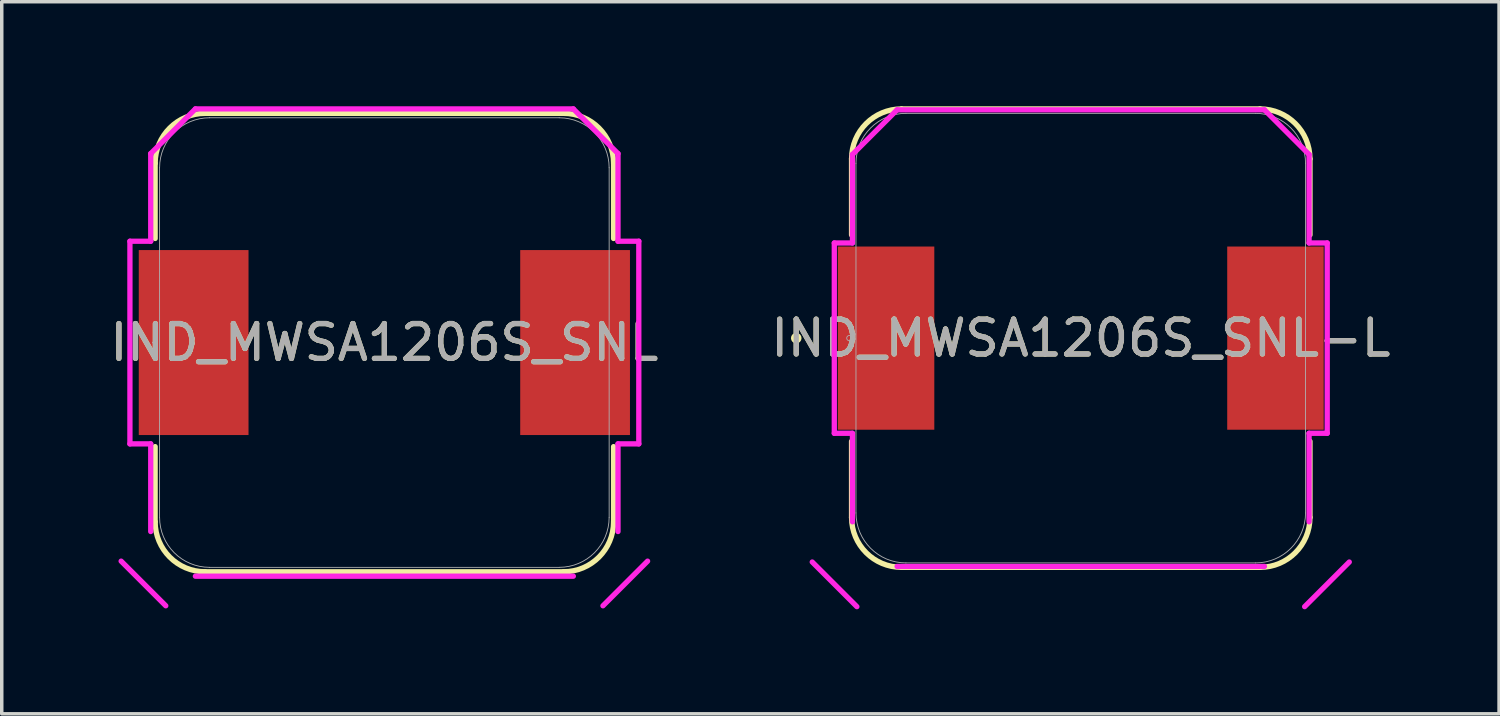
<source format=kicad_pcb>
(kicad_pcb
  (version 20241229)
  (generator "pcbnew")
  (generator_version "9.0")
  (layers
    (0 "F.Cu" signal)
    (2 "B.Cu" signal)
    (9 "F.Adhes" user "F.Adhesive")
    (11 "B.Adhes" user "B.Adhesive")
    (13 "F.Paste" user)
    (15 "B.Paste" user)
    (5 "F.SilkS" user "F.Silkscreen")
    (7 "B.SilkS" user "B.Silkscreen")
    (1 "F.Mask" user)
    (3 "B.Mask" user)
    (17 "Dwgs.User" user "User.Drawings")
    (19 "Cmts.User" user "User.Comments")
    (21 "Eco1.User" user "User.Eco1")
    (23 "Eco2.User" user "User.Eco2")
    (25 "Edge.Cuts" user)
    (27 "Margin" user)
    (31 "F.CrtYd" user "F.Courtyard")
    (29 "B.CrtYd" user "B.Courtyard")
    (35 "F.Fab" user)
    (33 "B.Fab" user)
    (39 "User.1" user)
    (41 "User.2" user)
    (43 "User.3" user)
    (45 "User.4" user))
  (footprint "IND_MWSA1206S_SNL-L"
    (layer "F.Cu")
    (at 27.97 6.655)
    (property "Reference" "IND_MWSA1206S_SNL-L" (at 0 0 0) (unlocked yes) (layer "F.SilkS") (effects (font (size 1 1) (thickness 0.15))))
    (attr smd)
    (fp_line (start -6.579 -2.962) (end -6.579 -5.145) (stroke (width 0.152) (type solid)) (layer "F.SilkS"))
    (fp_line (start -6.579 5.145) (end -6.579 2.962) (stroke (width 0.152) (type solid)) (layer "F.SilkS"))
    (fp_line (start -5.145 -6.579) (end 5.145 -6.579) (stroke (width 0.152) (type solid)) (layer "F.SilkS"))
    (fp_line (start -5.145 6.579) (end 5.145 6.579) (stroke (width 0.152) (type solid)) (layer "F.SilkS"))
    (fp_line (start 6.579 -5.145) (end 6.579 -2.962) (stroke (width 0.152) (type solid)) (layer "F.SilkS"))
    (fp_line (start 6.579 2.962) (end 6.579 5.145) (stroke (width 0.152) (type solid)) (layer "F.SilkS"))
    (fp_arc (start -6.5786 -5.144911) (mid -6.158682 -6.158682) (end -5.144911 -6.5786) (stroke (width 0.1524) (type solid)) (layer "F.SilkS"))
    (fp_arc (start -5.144911 6.5786) (mid -6.158682 6.158682) (end -6.5786 5.144911) (stroke (width 0.1524) (type solid)) (layer "F.SilkS"))
    (fp_arc (start 5.144911 -6.5786) (mid 6.158682 -6.158682) (end 6.5786 -5.144911) (stroke (width 0.1524) (type solid)) (layer "F.SilkS"))
    (fp_arc (start 6.5786 5.144911) (mid 6.158682 6.158682) (end 5.144911 6.5786) (stroke (width 0.1524) (type solid)) (layer "F.SilkS"))
    (fp_circle (center -8.166 0) (end -8.09 0) (stroke (width 0.152) (type solid)) (fill no) (layer "F.SilkS"))
    (fp_line (start -7.707 6.426) (end -6.426 7.707) (stroke (width 0.152) (type solid)) (layer "F.CrtYd"))
    (fp_line (start -7.074 -2.731) (end -6.553 -2.731) (stroke (width 0.152) (type solid)) (layer "F.CrtYd"))
    (fp_line (start -7.074 2.731) (end -7.074 -2.731) (stroke (width 0.152) (type solid)) (layer "F.CrtYd"))
    (fp_line (start -6.553 -5.272) (end -5.272 -6.553) (stroke (width 0.152) (type solid)) (layer "F.CrtYd"))
    (fp_line (start -6.553 -2.731) (end -6.553 -5.272) (stroke (width 0.152) (type solid)) (layer "F.CrtYd"))
    (fp_line (start -6.553 2.731) (end -7.074 2.731) (stroke (width 0.152) (type solid)) (layer "F.CrtYd"))
    (fp_line (start -6.553 5.272) (end -6.553 2.731) (stroke (width 0.152) (type solid)) (layer "F.CrtYd"))
    (fp_line (start -5.272 -6.553) (end 5.272 -6.553) (stroke (width 0.152) (type solid)) (layer "F.CrtYd"))
    (fp_line (start -5.272 6.553) (end 5.272 6.553) (stroke (width 0.152) (type solid)) (layer "F.CrtYd"))
    (fp_line (start 5.272 -6.553) (end 6.553 -5.272) (stroke (width 0.152) (type solid)) (layer "F.CrtYd"))
    (fp_line (start 6.426 7.707) (end 7.707 6.426) (stroke (width 0.152) (type solid)) (layer "F.CrtYd"))
    (fp_line (start 6.553 -5.272) (end 6.553 -2.731) (stroke (width 0.152) (type solid)) (layer "F.CrtYd"))
    (fp_line (start 6.553 -2.731) (end 7.074 -2.731) (stroke (width 0.152) (type solid)) (layer "F.CrtYd"))
    (fp_line (start 6.553 5.272) (end 6.553 2.731) (stroke (width 0.152) (type solid)) (layer "F.CrtYd"))
    (fp_line (start 7.074 -2.731) (end 7.074 2.731) (stroke (width 0.152) (type solid)) (layer "F.CrtYd"))
    (fp_line (start 7.074 2.731) (end 6.553 2.731) (stroke (width 0.152) (type solid)) (layer "F.CrtYd"))
    (fp_line (start -6.452 5.018) (end -6.452 -5.018) (stroke (width 0.025) (type solid)) (layer "F.Fab"))
    (fp_line (start -5.018 -6.452) (end 5.018 -6.452) (stroke (width 0.025) (type solid)) (layer "F.Fab"))
    (fp_line (start -5.018 6.452) (end 5.018 6.452) (stroke (width 0.025) (type solid)) (layer "F.Fab"))
    (fp_line (start 6.452 -5.018) (end 6.452 5.018) (stroke (width 0.025) (type solid)) (layer "F.Fab"))
    (fp_arc (start -6.4516 -5.017911) (mid -6.031682 -6.031682) (end -5.017911 -6.4516) (stroke (width 0.0254) (type solid)) (layer "F.Fab"))
    (fp_arc (start -5.017911 6.4516) (mid -6.031682 6.031682) (end -6.4516 5.017911) (stroke (width 0.0254) (type solid)) (layer "F.Fab"))
    (fp_arc (start 5.017911 -6.4516) (mid 6.031682 -6.031682) (end 6.4516 -5.017911) (stroke (width 0.0254) (type solid)) (layer "F.Fab"))
    (fp_arc (start 6.4516 5.017911) (mid 6.031682 6.031682) (end 5.017911 6.4516) (stroke (width 0.0254) (type solid)) (layer "F.Fab"))
    (fp_circle (center -6.642 0) (end -6.566 0) (stroke (width 0.025) (type solid)) (fill no) (layer "F.Fab"))
    (fp_text user "${REFERENCE}" (at 0 0 0) (unlocked yes) (layer "F.Fab") (effects (font (size 1 1) (thickness 0.15))))
    (pad "1" smd rect (at -5.588 0 90) (size 5.258 2.769) (layers "F.Cu" "F.Mask" "F.Paste"))
    (pad "2" smd rect (at 5.588 0 90) (size 5.258 2.769) (layers "F.Cu" "F.Mask" "F.Paste"))
    (zone (net_name "") (layer "F.Cu") (hatch full 0.508) (connect_pads) (min_thickness 0.254) (filled_areas_thickness no) (keepout (tracks not_allowed) (vias not_allowed) (pads allowed) (copperpour not_allowed) (footprints allowed)) (placement (enabled no)) (fill) (polygon (pts (xy 23.817 3.95) (xy 32.123 3.95) (xy 32.123 9.36) (xy 23.817 9.36))))
    (zone (net_name "") (layer "F.Cu") (hatch full 0.508) (connect_pads) (min_thickness 0.254) (filled_areas_thickness no) (keepout (tracks not_allowed) (vias not_allowed) (pads allowed) (copperpour not_allowed) (footprints allowed)) (placement (enabled no)) (fill) (polygon (pts (xy 21.252 9.36) (xy 34.689 9.36) (xy 34.689 12.548) (xy 34.308 13.056) (xy 21.633 13.056) (xy 21.252 12.548))))
    (zone (net_name "") (layer "F.Cu") (hatch full 0.508) (connect_pads) (min_thickness 0.254) (filled_areas_thickness no) (keepout (tracks not_allowed) (vias not_allowed) (pads allowed) (copperpour not_allowed) (footprints allowed)) (placement (enabled no)) (fill) (polygon (pts (xy 21.633 0.254) (xy 34.308 0.254) (xy 34.689 0.762) (xy 34.689 3.95) (xy 21.252 3.95) (xy 21.252 0.762)))))
  (footprint "IND_MWSA1206S_SNL"
    (layer "F.Cu")
    (at 7.982 6.782)
    (property "Reference" "IND_MWSA1206S_SNL" (at 0 0 0) (unlocked yes) (layer "F.SilkS") (effects (font (size 1 1) (thickness 0.15))))
    (attr smd)
    (fp_line (start -6.579 -2.987) (end -6.579 -5.145) (stroke (width 0.152) (type solid)) (layer "F.SilkS"))
    (fp_line (start -6.579 5.145) (end -6.579 2.987) (stroke (width 0.152) (type solid)) (layer "F.SilkS"))
    (fp_line (start -5.145 -6.579) (end 5.145 -6.579) (stroke (width 0.152) (type solid)) (layer "F.SilkS"))
    (fp_line (start -5.145 6.579) (end 5.145 6.579) (stroke (width 0.152) (type solid)) (layer "F.SilkS"))
    (fp_line (start 6.579 -5.145) (end 6.579 -2.987) (stroke (width 0.152) (type solid)) (layer "F.SilkS"))
    (fp_line (start 6.579 2.987) (end 6.579 5.145) (stroke (width 0.152) (type solid)) (layer "F.SilkS"))
    (fp_arc (start -6.5786 -5.144911) (mid -6.158682 -6.158682) (end -5.144911 -6.5786) (stroke (width 0.1524) (type solid)) (layer "F.SilkS"))
    (fp_arc (start -5.144911 6.5786) (mid -6.158682 6.158682) (end -6.5786 5.144911) (stroke (width 0.1524) (type solid)) (layer "F.SilkS"))
    (fp_arc (start 5.144911 -6.5786) (mid 6.158682 -6.158682) (end 6.5786 -5.144911) (stroke (width 0.1524) (type solid)) (layer "F.SilkS"))
    (fp_arc (start 6.5786 5.144911) (mid 6.158682 6.158682) (end 5.144911 6.5786) (stroke (width 0.1524) (type solid)) (layer "F.SilkS"))
    (fp_line (start -7.555 6.274) (end -6.274 7.555) (stroke (width 0.152) (type solid)) (layer "F.CrtYd"))
    (fp_line (start -7.303 -2.908) (end -6.706 -2.908) (stroke (width 0.152) (type solid)) (layer "F.CrtYd"))
    (fp_line (start -7.303 2.908) (end -7.303 -2.908) (stroke (width 0.152) (type solid)) (layer "F.CrtYd"))
    (fp_line (start -6.706 -5.424) (end -5.424 -6.706) (stroke (width 0.152) (type solid)) (layer "F.CrtYd"))
    (fp_line (start -6.706 -2.908) (end -6.706 -5.424) (stroke (width 0.152) (type solid)) (layer "F.CrtYd"))
    (fp_line (start -6.706 2.908) (end -7.303 2.908) (stroke (width 0.152) (type solid)) (layer "F.CrtYd"))
    (fp_line (start -6.706 5.424) (end -6.706 2.908) (stroke (width 0.152) (type solid)) (layer "F.CrtYd"))
    (fp_line (start -5.424 -6.706) (end 5.424 -6.706) (stroke (width 0.152) (type solid)) (layer "F.CrtYd"))
    (fp_line (start -5.424 6.706) (end 5.424 6.706) (stroke (width 0.152) (type solid)) (layer "F.CrtYd"))
    (fp_line (start 5.424 -6.706) (end 6.706 -5.424) (stroke (width 0.152) (type solid)) (layer "F.CrtYd"))
    (fp_line (start 6.274 7.555) (end 7.555 6.274) (stroke (width 0.152) (type solid)) (layer "F.CrtYd"))
    (fp_line (start 6.706 -5.424) (end 6.706 -2.908) (stroke (width 0.152) (type solid)) (layer "F.CrtYd"))
    (fp_line (start 6.706 -2.908) (end 7.303 -2.908) (stroke (width 0.152) (type solid)) (layer "F.CrtYd"))
    (fp_line (start 6.706 5.424) (end 6.706 2.908) (stroke (width 0.152) (type solid)) (layer "F.CrtYd"))
    (fp_line (start 7.303 -2.908) (end 7.303 2.908) (stroke (width 0.152) (type solid)) (layer "F.CrtYd"))
    (fp_line (start 7.303 2.908) (end 6.706 2.908) (stroke (width 0.152) (type solid)) (layer "F.CrtYd"))
    (fp_line (start -6.452 5.018) (end -6.452 -5.018) (stroke (width 0.025) (type solid)) (layer "F.Fab"))
    (fp_line (start -5.018 -6.452) (end 5.018 -6.452) (stroke (width 0.025) (type solid)) (layer "F.Fab"))
    (fp_line (start -5.018 6.452) (end 5.018 6.452) (stroke (width 0.025) (type solid)) (layer "F.Fab"))
    (fp_line (start 6.452 -5.018) (end 6.452 5.018) (stroke (width 0.025) (type solid)) (layer "F.Fab"))
    (fp_arc (start -6.4516 -5.017911) (mid -6.031682 -6.031682) (end -5.017911 -6.4516) (stroke (width 0.0254) (type solid)) (layer "F.Fab"))
    (fp_arc (start -5.017911 6.4516) (mid -6.031682 6.031682) (end -6.4516 5.017911) (stroke (width 0.0254) (type solid)) (layer "F.Fab"))
    (fp_arc (start 5.017911 -6.4516) (mid 6.031682 -6.031682) (end 6.4516 -5.017911) (stroke (width 0.0254) (type solid)) (layer "F.Fab"))
    (fp_arc (start 6.4516 5.017911) (mid 6.031682 6.031682) (end 5.017911 6.4516) (stroke (width 0.0254) (type solid)) (layer "F.Fab"))
    (fp_circle (center -6.642 0) (end -6.642 0) (stroke (width 0.025) (type solid)) (fill no) (layer "F.Fab"))
    (fp_text user "${REFERENCE}" (at 0 0 0) (unlocked yes) (layer "F.Fab") (effects (font (size 1 1) (thickness 0.15))))
    (pad "1" smd rect (at -5.474 0 90) (size 5.309 3.15) (layers "F.Cu" "F.Mask" "F.Paste"))
    (pad "2" smd rect (at 5.474 0 90) (size 5.309 3.15) (layers "F.Cu" "F.Mask" "F.Paste"))
    (zone (net_name "") (layer "F.Cu") (hatch full 0.508) (connect_pads) (min_thickness 0.254) (filled_areas_thickness no) (keepout (tracks not_allowed) (vias not_allowed) (pads allowed) (copperpour not_allowed) (footprints allowed)) (placement (enabled no)) (fill) (polygon (pts (xy 4.134 4.077) (xy 11.83 4.077) (xy 11.83 9.487) (xy 4.134 9.487))))
    (zone (net_name "") (layer "F.Cu") (hatch full 0.508) (connect_pads) (min_thickness 0.254) (filled_areas_thickness no) (keepout (tracks not_allowed) (vias not_allowed) (pads allowed) (copperpour not_allowed) (footprints allowed)) (placement (enabled no)) (fill) (polygon (pts (xy 1.264 9.487) (xy 14.7 9.487) (xy 14.7 12.675) (xy 14.319 13.183) (xy 1.645 13.183) (xy 1.264 12.675))))
    (zone (net_name "") (layer "F.Cu") (hatch full 0.508) (connect_pads) (min_thickness 0.254) (filled_areas_thickness no) (keepout (tracks not_allowed) (vias not_allowed) (pads allowed) (copperpour not_allowed) (footprints allowed)) (placement (enabled no)) (fill) (polygon (pts (xy 1.645 0.381) (xy 14.319 0.381) (xy 14.7 0.889) (xy 14.7 4.077) (xy 1.264 4.077) (xy 1.264 0.889)))))
  (gr_rect
    (start -3 -3)
    (end 39.976 17.438)
    (stroke (width 0.1) (type default))
    (fill no)
    (layer "Edge.Cuts")))
</source>
